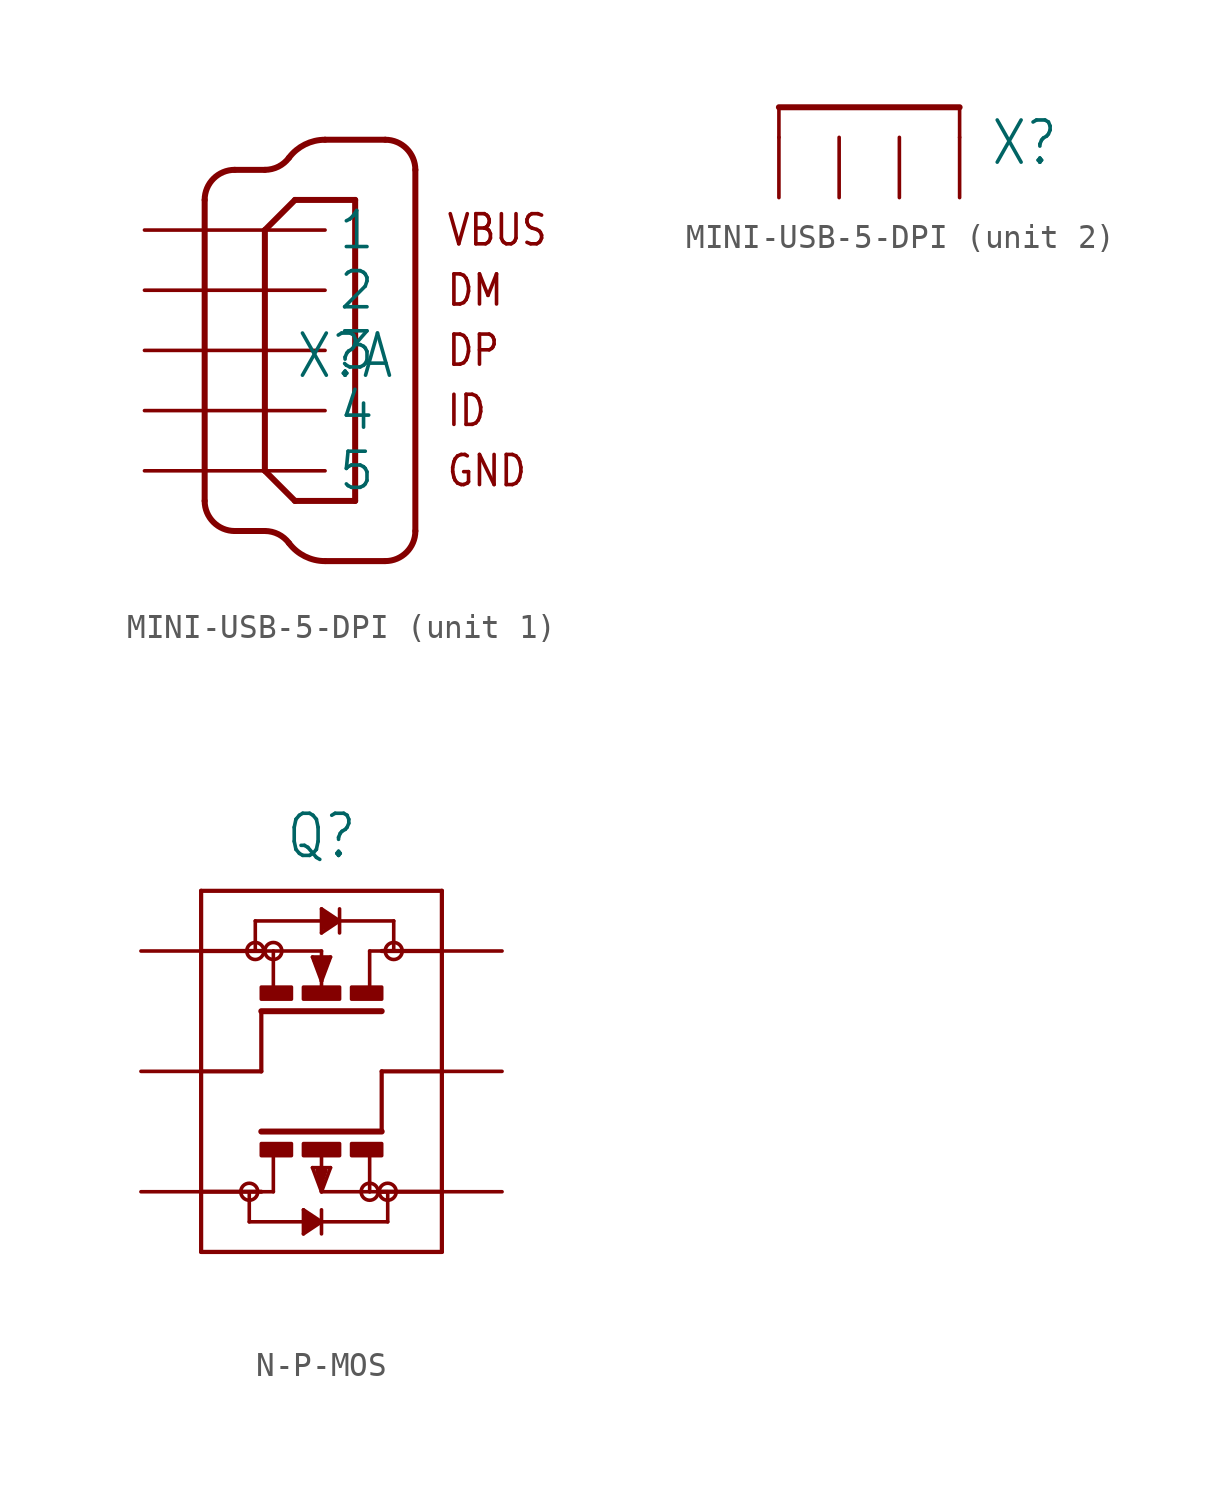
<source format=kicad_sym>
(kicad_symbol_lib
  (version 20241209)
  (generator "kicad_symbol_editor")
  (generator_version "9.0")
  (symbol "MINI-USB-5-DPI"
    (property "Reference" "X"
      (at 1.27 -1.27 0)
      (effects (font (size 1.778 1.511)) (justify left bottom)))
    (property "ki_locked" ""
      (at 0 0 0)
      (effects (font (size 1.27 1.27))))
    (symbol "MINI-USB-5-DPI_1_0"
      (polyline (pts (xy -2.54 6.35) (xy -2.54 -6.35)) (stroke (width 0.254) (type solid)) (fill (type none)))
      (polyline (pts (xy -1.27 7.62) (xy 0 7.62)) (stroke (width 0.254) (type solid)) (fill (type none)))
      (arc (start -2.54 6.35) (mid -2.168 7.248) (end -1.27 7.62) (stroke (width 0.254) (type solid)) (fill (type none)))
      (arc (start -1.27 -7.62) (mid -2.168 -7.248) (end -2.54 -6.35) (stroke (width 0.254) (type solid)) (fill (type none)))
      (polyline (pts (xy -1.27 -7.62) (xy 0 -7.62)) (stroke (width 0.254) (type solid)) (fill (type none)))
      (arc (start 1.016 8.128) (mid 0.568 7.7541) (end 0 7.62) (stroke (width 0.254) (type solid)) (fill (type none)))
      (polyline (pts (xy 0 5.08) (xy 0 -5.08)) (stroke (width 0.254) (type solid)) (fill (type none)))
      (polyline (pts (xy 0 -5.08) (xy 1.27 -6.35)) (stroke (width 0.254) (type solid)) (fill (type none)))
      (arc (start 0 -7.62) (mid 0.568 -7.7541) (end 1.016 -8.128) (stroke (width 0.254) (type solid)) (fill (type none)))
      (polyline (pts (xy 1.27 6.35) (xy 0 5.08)) (stroke (width 0.254) (type solid)) (fill (type none)))
      (polyline (pts (xy 1.27 -6.35) (xy 3.81 -6.35)) (stroke (width 0.254) (type solid)) (fill (type none)))
      (polyline (pts (xy 2.54 8.89) (xy 5.08 8.89)) (stroke (width 0.254) (type solid)) (fill (type none)))
      (arc (start 1.016 8.128) (mid 1.6881 8.6889) (end 2.5401 8.89) (stroke (width 0.254) (type solid)) (fill (type none)))
      (arc (start 2.5401 -8.89) (mid 1.6881 -8.6889) (end 1.016 -8.128) (stroke (width 0.254) (type solid)) (fill (type none)))
      (polyline (pts (xy 2.54 -8.89) (xy 5.08 -8.89)) (stroke (width 0.254) (type solid)) (fill (type none)))
      (polyline (pts (xy 3.81 6.35) (xy 1.27 6.35)) (stroke (width 0.254) (type solid)) (fill (type none)))
      (polyline (pts (xy 3.81 -6.35) (xy 3.81 6.35)) (stroke (width 0.254) (type solid)) (fill (type none)))
      (arc (start 5.08 8.89) (mid 5.978 8.518) (end 6.35 7.62) (stroke (width 0.254) (type solid)) (fill (type none)))
      (arc (start 6.35 -7.62) (mid 5.978 -8.518) (end 5.08 -8.89) (stroke (width 0.254) (type solid)) (fill (type none)))
      (polyline (pts (xy 6.35 -7.62) (xy 6.35 7.62)) (stroke (width 0.254) (type solid)) (fill (type none)))
      (text "VBUS" (at 7.62 5.08 0) (effects (font (size 1.27 1.079)) (justify left)))
      (text "DM" (at 7.62 2.54 0) (effects (font (size 1.27 1.079)) (justify left)))
      (text "DP" (at 7.62 0 0) (effects (font (size 1.27 1.079)) (justify left)))
      (text "ID" (at 7.62 -2.54 0) (effects (font (size 1.27 1.079)) (justify left)))
      (text "GND" (at 7.62 -5.08 0) (effects (font (size 1.27 1.079)) (justify left)))
      (pin passive line (at -5.08 5.08 0) (length 7.62) (name "1" (effects (font (size 1.524 1.524)))) (number "1" (effects (font (size 0 0)))))
      (pin passive line (at -5.08 2.54 0) (length 7.62) (name "2" (effects (font (size 1.524 1.524)))) (number "2" (effects (font (size 0 0)))))
      (pin passive line (at -5.08 0 0) (length 7.62) (name "3" (effects (font (size 1.524 1.524)))) (number "3" (effects (font (size 0 0)))))
      (pin passive line (at -5.08 -2.54 0) (length 7.62) (name "4" (effects (font (size 1.524 1.524)))) (number "4" (effects (font (size 0 0)))))
      (pin passive line (at -5.08 -5.08 0) (length 7.62) (name "5" (effects (font (size 1.524 1.524)))) (number "5" (effects (font (size 0 0))))))
    (symbol "MINI-USB-5-DPI_2_0"
      (polyline (pts (xy -7.62 1.27) (xy 0 1.27)) (stroke (width 0.254) (type solid)) (fill (type none)))
      (polyline (pts (xy -7.62 0) (xy -7.62 1.27)) (stroke (width 0.152) (type solid)) (fill (type none)))
      (polyline (pts (xy 0 0) (xy 0 1.27)) (stroke (width 0.152) (type solid)) (fill (type none)))
      (pin passive line (at -7.62 -2.54 90) (length 2.54) (name "S1" (effects (font (size 0 0)))) (number "M1" (effects (font (size 0 0)))))
      (pin passive line (at -5.08 -2.54 90) (length 2.54) (name "S2" (effects (font (size 0 0)))) (number "M2" (effects (font (size 0 0)))))
      (pin passive line (at -2.54 -2.54 90) (length 2.54) (name "S3" (effects (font (size 0 0)))) (number "M3" (effects (font (size 0 0)))))
      (pin passive line (at 0 -2.54 90) (length 2.54) (name "S4" (effects (font (size 0 0)))) (number "M4" (effects (font (size 0 0)))))))
  (symbol "N-P-MOS"
    (property "Reference" "Q"
      (at 0 8.89 0)
      (effects (font (size 1.778 1.511)) (justify bottom)))
    (property "Value" ""
      (at 0 -8.89 0)
      (effects (font (size 1.778 1.511)) (justify top)))
    (property "ki_locked" ""
      (at 0 0 0)
      (effects (font (size 1.27 1.27))))
    (symbol "N-P-MOS_1_0"
      (polyline (pts (xy -5.08 7.62) (xy -5.08 -7.62)) (stroke (width 0.178) (type solid)) (fill (type none)))
      (polyline (pts (xy -5.08 5.08) (xy -2.54 5.08)) (stroke (width 0.178) (type solid)) (fill (type none)))
      (polyline (pts (xy -5.08 0) (xy -2.54 0)) (stroke (width 0.178) (type solid)) (fill (type none)))
      (polyline (pts (xy -5.08 -5.08) (xy -2.54 -5.08)) (stroke (width 0.178) (type solid)) (fill (type none)))
      (polyline (pts (xy -5.08 -7.62) (xy 5.08 -7.62)) (stroke (width 0.178) (type solid)) (fill (type none)))
      (circle (center -3.048 -5.08) (radius 0.359) (stroke (width 0) (type solid)) (fill (type none)))
      (polyline (pts (xy -3.048 -5.08) (xy -3.048 -6.35)) (stroke (width 0.152) (type solid)) (fill (type none)))
      (polyline (pts (xy -3.048 -6.35) (xy -0.254 -6.35)) (stroke (width 0.152) (type solid)) (fill (type none)))
      (polyline (pts (xy -2.794 6.35) (xy -2.794 5.08)) (stroke (width 0.152) (type solid)) (fill (type none)))
      (circle (center -2.794 5.08) (radius 0.359) (stroke (width 0) (type solid)) (fill (type none)))
      (polyline (pts (xy -2.54 5.08) (xy -2.794 5.08)) (stroke (width 0.152) (type solid)) (fill (type none)))
      (polyline (pts (xy -2.54 0) (xy -2.54 2.54)) (stroke (width 0.178) (type solid)) (fill (type none)))
      (rectangle (start -2.54 -3.048) (end -1.27 -3.556) (stroke (width 0) (type default)) (fill (type outline)))
      (circle (center -2.032 5.08) (radius 0.359) (stroke (width 0) (type solid)) (fill (type none)))
      (polyline (pts (xy -2.032 5.08) (xy -2.54 5.08)) (stroke (width 0.152) (type solid)) (fill (type none)))
      (polyline (pts (xy -2.032 3.556) (xy -2.032 5.08)) (stroke (width 0.152) (type solid)) (fill (type none)))
      (polyline (pts (xy -2.032 -3.556) (xy -2.032 -5.08)) (stroke (width 0.152) (type solid)) (fill (type none)))
      (polyline (pts (xy -2.032 -5.08) (xy -2.54 -5.08)) (stroke (width 0.152) (type solid)) (fill (type none)))
      (rectangle (start -1.27 3.048) (end -2.54 3.556) (stroke (width 0) (type default)) (fill (type outline)))
      (rectangle (start -0.762 -3.048) (end 0.762 -3.556) (stroke (width 0) (type default)) (fill (type outline)))
      (polyline (pts (xy -0.762 -5.842) (xy -0.762 -6.858)) (stroke (width 0.152) (type solid)) (fill (type none)))
      (polyline (pts (xy -0.762 -6.858) (xy 0 -6.35)) (stroke (width 0.152) (type solid)) (fill (type none)))
      (polyline (pts (xy -0.635 -6.096) (xy -0.635 -6.604)) (stroke (width 0.254) (type solid)) (fill (type none)))
      (polyline (pts (xy -0.635 -6.604) (xy -0.254 -6.35)) (stroke (width 0.254) (type solid)) (fill (type none)))
      (polyline (pts (xy -0.381 4.826) (xy 0 3.81)) (stroke (width 0.152) (type solid)) (fill (type none)))
      (polyline (pts (xy -0.381 -4.064) (xy 0 -5.08)) (stroke (width 0.152) (type solid)) (fill (type none)))
      (polyline (pts (xy -0.254 4.699) (xy 0.254 4.699)) (stroke (width 0.254) (type solid)) (fill (type none)))
      (polyline (pts (xy -0.254 -6.35) (xy -0.635 -6.096)) (stroke (width 0.254) (type solid)) (fill (type none)))
      (polyline (pts (xy -0.254 -6.35) (xy 0 -6.35)) (stroke (width 0.152) (type solid)) (fill (type none)))
      (polyline (pts (xy -0.127 -4.191) (xy 0.127 -4.191)) (stroke (width 0.254) (type solid)) (fill (type none)))
      (polyline (pts (xy 0 6.858) (xy 0 5.842)) (stroke (width 0.152) (type solid)) (fill (type none)))
      (polyline (pts (xy 0 5.842) (xy 0.762 6.35)) (stroke (width 0.152) (type solid)) (fill (type none)))
      (polyline (pts (xy 0 5.08) (xy -2.032 5.08)) (stroke (width 0.152) (type solid)) (fill (type none)))
      (polyline (pts (xy 0 4.191) (xy 0 5.08)) (stroke (width 0.152) (type solid)) (fill (type none)))
      (polyline (pts (xy 0 4.064) (xy -0.254 4.699)) (stroke (width 0.254) (type solid)) (fill (type none)))
      (polyline (pts (xy 0 4.064) (xy 0 4.191)) (stroke (width 0.152) (type solid)) (fill (type none)))
      (polyline (pts (xy 0 3.81) (xy 0 4.064)) (stroke (width 0.152) (type solid)) (fill (type none)))
      (polyline (pts (xy 0 3.81) (xy 0.381 4.826)) (stroke (width 0.152) (type solid)) (fill (type none)))
      (polyline (pts (xy 0 3.556) (xy 0 3.81)) (stroke (width 0.152) (type solid)) (fill (type none)))
      (polyline (pts (xy 0 -3.556) (xy 0 -4.572)) (stroke (width 0.152) (type solid)) (fill (type none)))
      (polyline (pts (xy 0 -4.572) (xy 0 -4.699)) (stroke (width 0.152) (type solid)) (fill (type none)))
      (polyline (pts (xy 0 -4.699) (xy -0.127 -4.191)) (stroke (width 0.254) (type solid)) (fill (type none)))
      (polyline (pts (xy 0 -4.699) (xy 0 -5.08)) (stroke (width 0.152) (type solid)) (fill (type none)))
      (polyline (pts (xy 0 -5.08) (xy 0.381 -4.064)) (stroke (width 0.152) (type solid)) (fill (type none)))
      (polyline (pts (xy 0 -5.08) (xy 2.032 -5.08)) (stroke (width 0.152) (type solid)) (fill (type none)))
      (polyline (pts (xy 0 -5.842) (xy 0 -6.858)) (stroke (width 0.152) (type solid)) (fill (type none)))
      (polyline (pts (xy 0 -6.35) (xy -0.762 -5.842)) (stroke (width 0.152) (type solid)) (fill (type none)))
      (polyline (pts (xy 0 -6.35) (xy 2.794 -6.35)) (stroke (width 0.152) (type solid)) (fill (type none)))
      (polyline (pts (xy 0.127 6.604) (xy 0.508 6.35)) (stroke (width 0.254) (type solid)) (fill (type none)))
      (polyline (pts (xy 0.127 6.096) (xy 0.127 6.604)) (stroke (width 0.254) (type solid)) (fill (type none)))
      (polyline (pts (xy 0.127 -4.191) (xy 0 -4.572)) (stroke (width 0.254) (type solid)) (fill (type none)))
      (polyline (pts (xy 0.254 4.699) (xy 0 4.191)) (stroke (width 0.254) (type solid)) (fill (type none)))
      (polyline (pts (xy 0.381 4.826) (xy -0.381 4.826)) (stroke (width 0.152) (type solid)) (fill (type none)))
      (polyline (pts (xy 0.381 -4.064) (xy -0.381 -4.064)) (stroke (width 0.152) (type solid)) (fill (type none)))
      (polyline (pts (xy 0.508 6.35) (xy -2.794 6.35)) (stroke (width 0.152) (type solid)) (fill (type none)))
      (polyline (pts (xy 0.508 6.35) (xy 0.127 6.096)) (stroke (width 0.254) (type solid)) (fill (type none)))
      (polyline (pts (xy 0.762 6.858) (xy 0.762 5.842)) (stroke (width 0.152) (type solid)) (fill (type none)))
      (polyline (pts (xy 0.762 6.35) (xy 0 6.858)) (stroke (width 0.152) (type solid)) (fill (type none)))
      (polyline (pts (xy 0.762 6.35) (xy 0.508 6.35)) (stroke (width 0.152) (type solid)) (fill (type none)))
      (rectangle (start 0.762 3.048) (end -0.762 3.556) (stroke (width 0) (type default)) (fill (type outline)))
      (rectangle (start 1.27 -3.048) (end 2.54 -3.556) (stroke (width 0) (type default)) (fill (type outline)))
      (polyline (pts (xy 2.032 5.08) (xy 2.54 5.08)) (stroke (width 0.152) (type solid)) (fill (type none)))
      (polyline (pts (xy 2.032 3.556) (xy 2.032 5.08)) (stroke (width 0.152) (type solid)) (fill (type none)))
      (polyline (pts (xy 2.032 -3.556) (xy 2.032 -5.08)) (stroke (width 0.152) (type solid)) (fill (type none)))
      (polyline (pts (xy 2.032 -5.08) (xy 2.54 -5.08)) (stroke (width 0.152) (type solid)) (fill (type none)))
      (circle (center 2.032 -5.08) (radius 0.359) (stroke (width 0) (type solid)) (fill (type none)))
      (rectangle (start 2.54 3.048) (end 1.27 3.556) (stroke (width 0) (type default)) (fill (type outline)))
      (polyline (pts (xy 2.54 2.54) (xy -2.54 2.54)) (stroke (width 0.254) (type solid)) (fill (type none)))
      (polyline (pts (xy 2.54 0) (xy 2.54 -2.54)) (stroke (width 0.178) (type solid)) (fill (type none)))
      (polyline (pts (xy 2.54 -2.54) (xy -2.54 -2.54)) (stroke (width 0.254) (type solid)) (fill (type none)))
      (polyline (pts (xy 2.54 -5.08) (xy 2.794 -5.08)) (stroke (width 0.152) (type solid)) (fill (type none)))
      (circle (center 2.794 -5.08) (radius 0.359) (stroke (width 0) (type solid)) (fill (type none)))
      (polyline (pts (xy 2.794 -6.35) (xy 2.794 -5.08)) (stroke (width 0.152) (type solid)) (fill (type none)))
      (polyline (pts (xy 3.048 6.35) (xy 0.762 6.35)) (stroke (width 0.152) (type solid)) (fill (type none)))
      (polyline (pts (xy 3.048 5.08) (xy 3.048 6.35)) (stroke (width 0.152) (type solid)) (fill (type none)))
      (circle (center 3.048 5.08) (radius 0.359) (stroke (width 0) (type solid)) (fill (type none)))
      (polyline (pts (xy 5.08 7.62) (xy -5.08 7.62)) (stroke (width 0.178) (type solid)) (fill (type none)))
      (polyline (pts (xy 5.08 5.08) (xy 2.54 5.08)) (stroke (width 0.178) (type solid)) (fill (type none)))
      (polyline (pts (xy 5.08 0) (xy 2.54 0)) (stroke (width 0.178) (type solid)) (fill (type none)))
      (polyline (pts (xy 5.08 -5.08) (xy 2.54 -5.08)) (stroke (width 0.178) (type solid)) (fill (type none)))
      (polyline (pts (xy 5.08 -7.62) (xy 5.08 7.62)) (stroke (width 0.178) (type solid)) (fill (type none)))
      (pin passive line (at -7.62 5.08 0) (length 2.54) (name "1" (effects (font (size 0 0)))) (number "1" (effects (font (size 0 0)))))
      (pin passive line (at -7.62 0 0) (length 2.54) (name "2" (effects (font (size 0 0)))) (number "2" (effects (font (size 0 0)))))
      (pin passive line (at -7.62 -5.08 0) (length 2.54) (name "3" (effects (font (size 0 0)))) (number "3" (effects (font (size 0 0)))))
      (pin passive line (at 7.62 5.08 180) (length 2.54) (name "6" (effects (font (size 0 0)))) (number "6" (effects (font (size 0 0)))))
      (pin passive line (at 7.62 0 180) (length 2.54) (name "5" (effects (font (size 0 0)))) (number "5" (effects (font (size 0 0)))))
      (pin passive line (at 7.62 -5.08 180) (length 2.54) (name "4" (effects (font (size 0 0)))) (number "4" (effects (font (size 0 0))))))))
</source>
